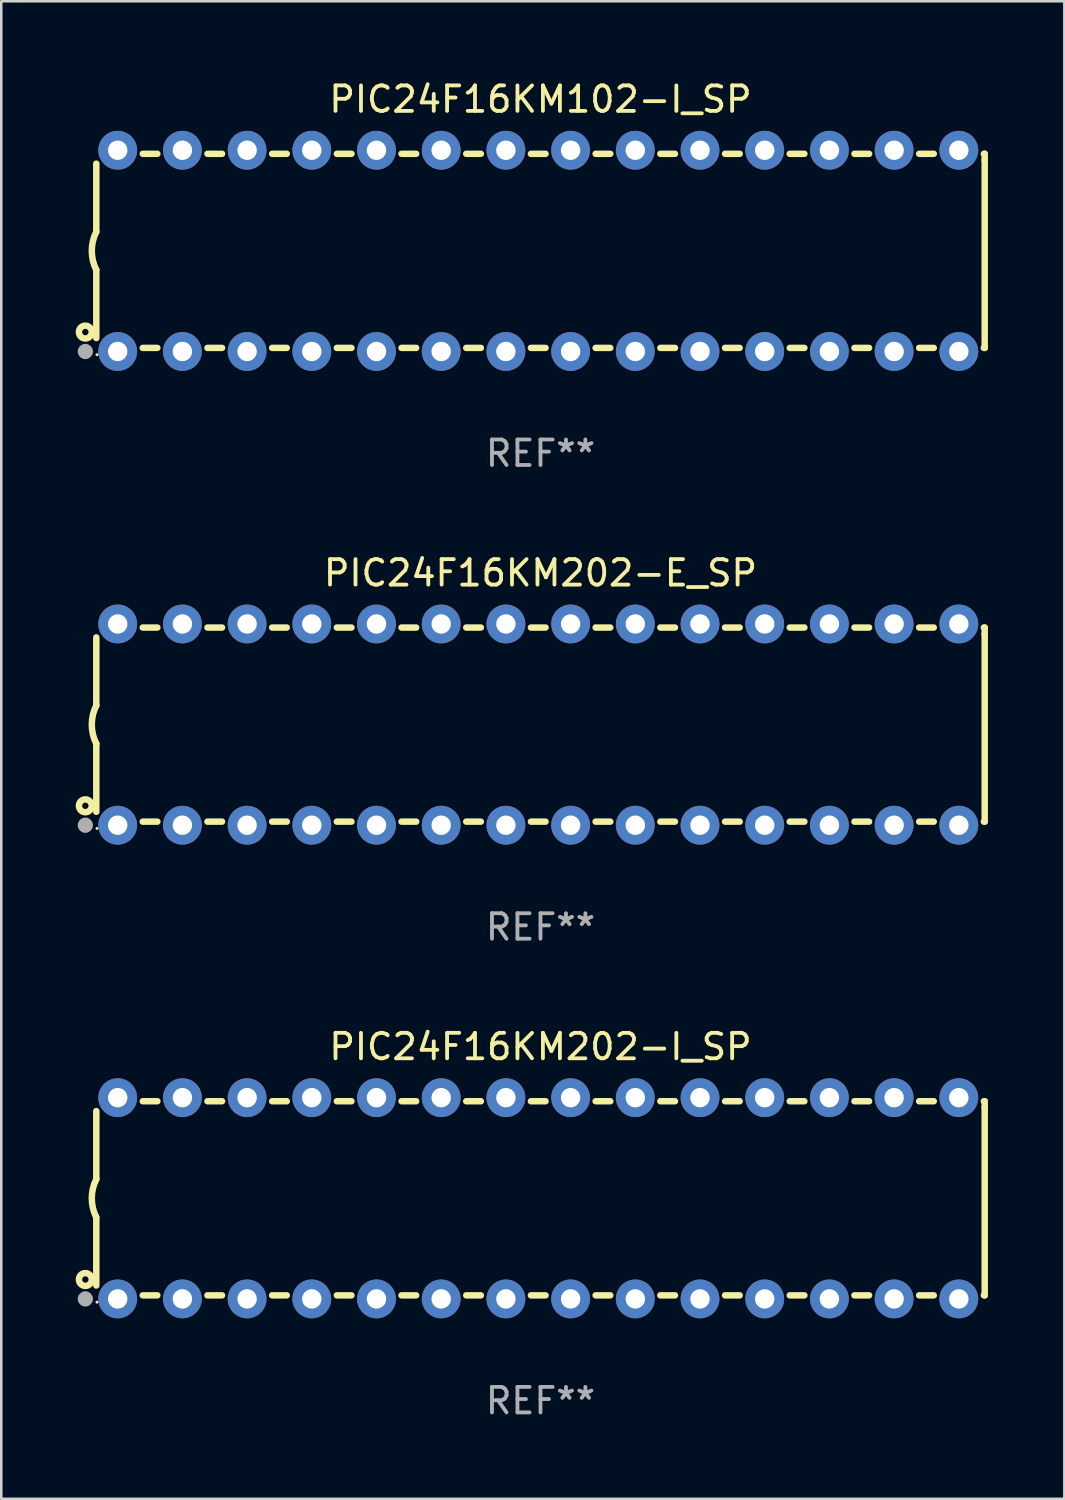
<source format=kicad_pcb>
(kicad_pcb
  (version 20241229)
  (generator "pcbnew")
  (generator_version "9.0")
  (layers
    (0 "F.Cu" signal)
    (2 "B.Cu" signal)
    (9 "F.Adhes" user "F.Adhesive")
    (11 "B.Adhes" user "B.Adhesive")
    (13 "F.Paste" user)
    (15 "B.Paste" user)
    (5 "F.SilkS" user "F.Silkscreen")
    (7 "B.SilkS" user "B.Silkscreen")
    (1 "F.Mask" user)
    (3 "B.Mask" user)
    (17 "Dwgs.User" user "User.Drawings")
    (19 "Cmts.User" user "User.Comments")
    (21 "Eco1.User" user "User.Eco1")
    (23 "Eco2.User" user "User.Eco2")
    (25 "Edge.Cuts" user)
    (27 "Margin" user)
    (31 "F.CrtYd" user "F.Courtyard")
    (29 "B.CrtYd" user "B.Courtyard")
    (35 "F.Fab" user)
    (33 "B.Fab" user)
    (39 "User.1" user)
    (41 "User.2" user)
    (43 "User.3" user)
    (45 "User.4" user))
  (footprint "PIC24F16KM102-I_SP"
    (layer "F.Cu")
    (at 18.168 6.798)
    (property "Reference" "PIC24F16KM102-I_SP" (at 0 -5.95 0) (layer "F.SilkS") (effects (font (size 1 1) (thickness 0.15))))
    (attr through_hole)
    (fp_line (start -17.438 0.75) (end -17.438 3.423) (stroke (width 0.254) (type solid)) (layer "F.SilkS"))
    (fp_line (start -17.438 -3.423) (end -17.438 -0.75) (stroke (width 0.254) (type solid)) (layer "F.SilkS"))
    (fp_line (start -15.615 3.81) (end -15.041 3.81) (stroke (width 0.254) (type solid)) (layer "F.SilkS"))
    (fp_line (start -15.041 -3.81) (end -15.614 -3.81) (stroke (width 0.254) (type solid)) (layer "F.SilkS"))
    (fp_line (start -13.075 3.81) (end -12.501 3.81) (stroke (width 0.254) (type solid)) (layer "F.SilkS"))
    (fp_line (start -12.501 -3.81) (end -13.074 -3.81) (stroke (width 0.254) (type solid)) (layer "F.SilkS"))
    (fp_line (start -10.535 3.81) (end -9.961 3.81) (stroke (width 0.254) (type solid)) (layer "F.SilkS"))
    (fp_line (start -9.961 -3.81) (end -10.534 -3.81) (stroke (width 0.254) (type solid)) (layer "F.SilkS"))
    (fp_line (start -7.995 3.81) (end -7.421 3.81) (stroke (width 0.254) (type solid)) (layer "F.SilkS"))
    (fp_line (start -7.421 -3.81) (end -7.995 -3.81) (stroke (width 0.254) (type solid)) (layer "F.SilkS"))
    (fp_line (start -5.455 3.81) (end -4.881 3.81) (stroke (width 0.254) (type solid)) (layer "F.SilkS"))
    (fp_line (start -4.881 -3.81) (end -5.455 -3.81) (stroke (width 0.254) (type solid)) (layer "F.SilkS"))
    (fp_line (start -2.915 3.81) (end -2.341 3.81) (stroke (width 0.254) (type solid)) (layer "F.SilkS"))
    (fp_line (start -2.341 -3.81) (end -2.915 -3.81) (stroke (width 0.254) (type solid)) (layer "F.SilkS"))
    (fp_line (start -0.375 3.81) (end 0.199 3.81) (stroke (width 0.254) (type solid)) (layer "F.SilkS"))
    (fp_line (start 0.199 -3.81) (end -0.375 -3.81) (stroke (width 0.254) (type solid)) (layer "F.SilkS"))
    (fp_line (start 2.165 3.81) (end 2.739 3.81) (stroke (width 0.254) (type solid)) (layer "F.SilkS"))
    (fp_line (start 2.739 -3.81) (end 2.165 -3.81) (stroke (width 0.254) (type solid)) (layer "F.SilkS"))
    (fp_line (start 4.705 3.81) (end 5.279 3.81) (stroke (width 0.254) (type solid)) (layer "F.SilkS"))
    (fp_line (start 5.279 -3.81) (end 4.705 -3.81) (stroke (width 0.254) (type solid)) (layer "F.SilkS"))
    (fp_line (start 7.245 3.81) (end 7.819 3.81) (stroke (width 0.254) (type solid)) (layer "F.SilkS"))
    (fp_line (start 7.819 -3.81) (end 7.245 -3.81) (stroke (width 0.254) (type solid)) (layer "F.SilkS"))
    (fp_line (start 9.785 3.81) (end 10.359 3.81) (stroke (width 0.254) (type solid)) (layer "F.SilkS"))
    (fp_line (start 10.359 -3.81) (end 9.785 -3.81) (stroke (width 0.254) (type solid)) (layer "F.SilkS"))
    (fp_line (start 12.325 3.81) (end 12.899 3.81) (stroke (width 0.254) (type solid)) (layer "F.SilkS"))
    (fp_line (start 12.899 -3.81) (end 12.325 -3.81) (stroke (width 0.254) (type solid)) (layer "F.SilkS"))
    (fp_line (start 14.865 3.81) (end 15.439 3.81) (stroke (width 0.254) (type solid)) (layer "F.SilkS"))
    (fp_line (start 15.439 -3.81) (end 14.865 -3.81) (stroke (width 0.254) (type solid)) (layer "F.SilkS"))
    (fp_line (start 17.405 3.81) (end 17.438 3.81) (stroke (width 0.254) (type solid)) (layer "F.SilkS"))
    (fp_line (start 17.438 -3.81) (end 17.405 -3.81) (stroke (width 0.254) (type solid)) (layer "F.SilkS"))
    (fp_line (start 17.438 -3.556) (end 17.438 -3.81) (stroke (width 0.254) (type solid)) (layer "F.SilkS"))
    (fp_line (start 17.438 3.81) (end 17.438 -3.556) (stroke (width 0.254) (type solid)) (layer "F.SilkS"))
    (fp_arc (start -17.437986 0.749657) (mid -17.614887 -0.000024) (end -17.437783 -0.749657) (stroke (width 0.254001) (type solid)) (layer "F.SilkS"))
    (fp_circle (center -17.868 3.188) (end -17.743 3.188) (stroke (width 0.254) (type solid)) (fill no) (layer "F.SilkS"))
    (fp_circle (center -17.411 4.077) (end -17.381 4.077) (stroke (width 0.06) (type solid)) (fill no) (layer "F.SilkS"))
    (fp_circle (center -17.868 3.95) (end -17.718 3.95) (stroke (width 0.3) (type solid)) (fill no) (layer "F.Fab"))
    (fp_text user "REF**" (at 0 7.95 0) (layer "F.Fab") (effects (font (size 1 1) (thickness 0.15))))
    (pad "1" thru_hole circle (at -16.598 3.95) (size 1.524 1.524) (drill 0.762) (layers "*.Cu" "*.Mask"))
    (pad "2" thru_hole circle (at -14.058 3.95) (size 1.524 1.524) (drill 0.762) (layers "*.Cu" "*.Mask"))
    (pad "3" thru_hole circle (at -11.518 3.95) (size 1.524 1.524) (drill 0.762) (layers "*.Cu" "*.Mask"))
    (pad "4" thru_hole circle (at -8.978 3.95) (size 1.524 1.524) (drill 0.762) (layers "*.Cu" "*.Mask"))
    (pad "5" thru_hole circle (at -6.438 3.95) (size 1.524 1.524) (drill 0.762) (layers "*.Cu" "*.Mask"))
    (pad "6" thru_hole circle (at -3.898 3.95) (size 1.524 1.524) (drill 0.762) (layers "*.Cu" "*.Mask"))
    (pad "7" thru_hole circle (at -1.358 3.95) (size 1.524 1.524) (drill 0.762) (layers "*.Cu" "*.Mask"))
    (pad "8" thru_hole circle (at 1.182 3.95) (size 1.524 1.524) (drill 0.762) (layers "*.Cu" "*.Mask"))
    (pad "9" thru_hole circle (at 3.722 3.95) (size 1.524 1.524) (drill 0.762) (layers "*.Cu" "*.Mask"))
    (pad "10" thru_hole circle (at 6.262 3.95) (size 1.524 1.524) (drill 0.762) (layers "*.Cu" "*.Mask"))
    (pad "11" thru_hole circle (at 8.802 3.95) (size 1.524 1.524) (drill 0.762) (layers "*.Cu" "*.Mask"))
    (pad "12" thru_hole circle (at 11.342 3.95) (size 1.524 1.524) (drill 0.762) (layers "*.Cu" "*.Mask"))
    (pad "13" thru_hole circle (at 13.882 3.95) (size 1.524 1.524) (drill 0.762) (layers "*.Cu" "*.Mask"))
    (pad "14" thru_hole circle (at 16.422 3.95) (size 1.524 1.524) (drill 0.762) (layers "*.Cu" "*.Mask"))
    (pad "15" thru_hole circle (at 16.422 -3.95) (size 1.524 1.524) (drill 0.762) (layers "*.Cu" "*.Mask"))
    (pad "16" thru_hole circle (at 13.882 -3.95) (size 1.524 1.524) (drill 0.762) (layers "*.Cu" "*.Mask"))
    (pad "17" thru_hole circle (at 11.342 -3.95) (size 1.524 1.524) (drill 0.762) (layers "*.Cu" "*.Mask"))
    (pad "18" thru_hole circle (at 8.802 -3.95) (size 1.524 1.524) (drill 0.762) (layers "*.Cu" "*.Mask"))
    (pad "19" thru_hole circle (at 6.262 -3.95) (size 1.524 1.524) (drill 0.762) (layers "*.Cu" "*.Mask"))
    (pad "20" thru_hole circle (at 3.722 -3.95) (size 1.524 1.524) (drill 0.762) (layers "*.Cu" "*.Mask"))
    (pad "21" thru_hole circle (at 1.182 -3.95) (size 1.524 1.524) (drill 0.762) (layers "*.Cu" "*.Mask"))
    (pad "22" thru_hole circle (at -1.358 -3.95) (size 1.524 1.524) (drill 0.762) (layers "*.Cu" "*.Mask"))
    (pad "23" thru_hole circle (at -3.898 -3.95) (size 1.524 1.524) (drill 0.762) (layers "*.Cu" "*.Mask"))
    (pad "24" thru_hole circle (at -6.438 -3.95) (size 1.524 1.524) (drill 0.762) (layers "*.Cu" "*.Mask"))
    (pad "25" thru_hole circle (at -8.978 -3.95) (size 1.524 1.524) (drill 0.762) (layers "*.Cu" "*.Mask"))
    (pad "26" thru_hole circle (at -11.517 -3.95) (size 1.524 1.524) (drill 0.762) (layers "*.Cu" "*.Mask"))
    (pad "27" thru_hole circle (at -14.057 -3.95) (size 1.524 1.524) (drill 0.762) (layers "*.Cu" "*.Mask"))
    (pad "28" thru_hole circle (at -16.597 -3.95) (size 1.524 1.524) (drill 0.762) (layers "*.Cu" "*.Mask")))
  (footprint "PIC24F16KM202-E_SP"
    (layer "F.Cu")
    (at 18.168 25.395)
    (property "Reference" "PIC24F16KM202-E_SP" (at 0 -5.95 0) (layer "F.SilkS") (effects (font (size 1 1) (thickness 0.15))))
    (attr through_hole)
    (fp_line (start -17.438 0.75) (end -17.438 3.423) (stroke (width 0.254) (type solid)) (layer "F.SilkS"))
    (fp_line (start -17.438 -3.423) (end -17.438 -0.75) (stroke (width 0.254) (type solid)) (layer "F.SilkS"))
    (fp_line (start -15.615 3.81) (end -15.041 3.81) (stroke (width 0.254) (type solid)) (layer "F.SilkS"))
    (fp_line (start -15.041 -3.81) (end -15.614 -3.81) (stroke (width 0.254) (type solid)) (layer "F.SilkS"))
    (fp_line (start -13.075 3.81) (end -12.501 3.81) (stroke (width 0.254) (type solid)) (layer "F.SilkS"))
    (fp_line (start -12.501 -3.81) (end -13.074 -3.81) (stroke (width 0.254) (type solid)) (layer "F.SilkS"))
    (fp_line (start -10.535 3.81) (end -9.961 3.81) (stroke (width 0.254) (type solid)) (layer "F.SilkS"))
    (fp_line (start -9.961 -3.81) (end -10.534 -3.81) (stroke (width 0.254) (type solid)) (layer "F.SilkS"))
    (fp_line (start -7.995 3.81) (end -7.421 3.81) (stroke (width 0.254) (type solid)) (layer "F.SilkS"))
    (fp_line (start -7.421 -3.81) (end -7.995 -3.81) (stroke (width 0.254) (type solid)) (layer "F.SilkS"))
    (fp_line (start -5.455 3.81) (end -4.881 3.81) (stroke (width 0.254) (type solid)) (layer "F.SilkS"))
    (fp_line (start -4.881 -3.81) (end -5.455 -3.81) (stroke (width 0.254) (type solid)) (layer "F.SilkS"))
    (fp_line (start -2.915 3.81) (end -2.341 3.81) (stroke (width 0.254) (type solid)) (layer "F.SilkS"))
    (fp_line (start -2.341 -3.81) (end -2.915 -3.81) (stroke (width 0.254) (type solid)) (layer "F.SilkS"))
    (fp_line (start -0.375 3.81) (end 0.199 3.81) (stroke (width 0.254) (type solid)) (layer "F.SilkS"))
    (fp_line (start 0.199 -3.81) (end -0.375 -3.81) (stroke (width 0.254) (type solid)) (layer "F.SilkS"))
    (fp_line (start 2.165 3.81) (end 2.739 3.81) (stroke (width 0.254) (type solid)) (layer "F.SilkS"))
    (fp_line (start 2.739 -3.81) (end 2.165 -3.81) (stroke (width 0.254) (type solid)) (layer "F.SilkS"))
    (fp_line (start 4.705 3.81) (end 5.279 3.81) (stroke (width 0.254) (type solid)) (layer "F.SilkS"))
    (fp_line (start 5.279 -3.81) (end 4.705 -3.81) (stroke (width 0.254) (type solid)) (layer "F.SilkS"))
    (fp_line (start 7.245 3.81) (end 7.819 3.81) (stroke (width 0.254) (type solid)) (layer "F.SilkS"))
    (fp_line (start 7.819 -3.81) (end 7.245 -3.81) (stroke (width 0.254) (type solid)) (layer "F.SilkS"))
    (fp_line (start 9.785 3.81) (end 10.359 3.81) (stroke (width 0.254) (type solid)) (layer "F.SilkS"))
    (fp_line (start 10.359 -3.81) (end 9.785 -3.81) (stroke (width 0.254) (type solid)) (layer "F.SilkS"))
    (fp_line (start 12.325 3.81) (end 12.899 3.81) (stroke (width 0.254) (type solid)) (layer "F.SilkS"))
    (fp_line (start 12.899 -3.81) (end 12.325 -3.81) (stroke (width 0.254) (type solid)) (layer "F.SilkS"))
    (fp_line (start 14.865 3.81) (end 15.439 3.81) (stroke (width 0.254) (type solid)) (layer "F.SilkS"))
    (fp_line (start 15.439 -3.81) (end 14.865 -3.81) (stroke (width 0.254) (type solid)) (layer "F.SilkS"))
    (fp_line (start 17.405 3.81) (end 17.438 3.81) (stroke (width 0.254) (type solid)) (layer "F.SilkS"))
    (fp_line (start 17.438 -3.81) (end 17.405 -3.81) (stroke (width 0.254) (type solid)) (layer "F.SilkS"))
    (fp_line (start 17.438 -3.556) (end 17.438 -3.81) (stroke (width 0.254) (type solid)) (layer "F.SilkS"))
    (fp_line (start 17.438 3.81) (end 17.438 -3.556) (stroke (width 0.254) (type solid)) (layer "F.SilkS"))
    (fp_arc (start -17.437986 0.749657) (mid -17.614887 -0.000024) (end -17.437783 -0.749657) (stroke (width 0.254001) (type solid)) (layer "F.SilkS"))
    (fp_circle (center -17.868 3.188) (end -17.743 3.188) (stroke (width 0.254) (type solid)) (fill no) (layer "F.SilkS"))
    (fp_circle (center -17.411 4.077) (end -17.381 4.077) (stroke (width 0.06) (type solid)) (fill no) (layer "F.SilkS"))
    (fp_circle (center -17.868 3.95) (end -17.718 3.95) (stroke (width 0.3) (type solid)) (fill no) (layer "F.Fab"))
    (fp_text user "REF**" (at 0 7.95 0) (layer "F.Fab") (effects (font (size 1 1) (thickness 0.15))))
    (pad "1" thru_hole circle (at -16.598 3.95) (size 1.524 1.524) (drill 0.762) (layers "*.Cu" "*.Mask"))
    (pad "2" thru_hole circle (at -14.058 3.95) (size 1.524 1.524) (drill 0.762) (layers "*.Cu" "*.Mask"))
    (pad "3" thru_hole circle (at -11.518 3.95) (size 1.524 1.524) (drill 0.762) (layers "*.Cu" "*.Mask"))
    (pad "4" thru_hole circle (at -8.978 3.95) (size 1.524 1.524) (drill 0.762) (layers "*.Cu" "*.Mask"))
    (pad "5" thru_hole circle (at -6.438 3.95) (size 1.524 1.524) (drill 0.762) (layers "*.Cu" "*.Mask"))
    (pad "6" thru_hole circle (at -3.898 3.95) (size 1.524 1.524) (drill 0.762) (layers "*.Cu" "*.Mask"))
    (pad "7" thru_hole circle (at -1.358 3.95) (size 1.524 1.524) (drill 0.762) (layers "*.Cu" "*.Mask"))
    (pad "8" thru_hole circle (at 1.182 3.95) (size 1.524 1.524) (drill 0.762) (layers "*.Cu" "*.Mask"))
    (pad "9" thru_hole circle (at 3.722 3.95) (size 1.524 1.524) (drill 0.762) (layers "*.Cu" "*.Mask"))
    (pad "10" thru_hole circle (at 6.262 3.95) (size 1.524 1.524) (drill 0.762) (layers "*.Cu" "*.Mask"))
    (pad "11" thru_hole circle (at 8.802 3.95) (size 1.524 1.524) (drill 0.762) (layers "*.Cu" "*.Mask"))
    (pad "12" thru_hole circle (at 11.342 3.95) (size 1.524 1.524) (drill 0.762) (layers "*.Cu" "*.Mask"))
    (pad "13" thru_hole circle (at 13.882 3.95) (size 1.524 1.524) (drill 0.762) (layers "*.Cu" "*.Mask"))
    (pad "14" thru_hole circle (at 16.422 3.95) (size 1.524 1.524) (drill 0.762) (layers "*.Cu" "*.Mask"))
    (pad "15" thru_hole circle (at 16.422 -3.95) (size 1.524 1.524) (drill 0.762) (layers "*.Cu" "*.Mask"))
    (pad "16" thru_hole circle (at 13.882 -3.95) (size 1.524 1.524) (drill 0.762) (layers "*.Cu" "*.Mask"))
    (pad "17" thru_hole circle (at 11.342 -3.95) (size 1.524 1.524) (drill 0.762) (layers "*.Cu" "*.Mask"))
    (pad "18" thru_hole circle (at 8.802 -3.95) (size 1.524 1.524) (drill 0.762) (layers "*.Cu" "*.Mask"))
    (pad "19" thru_hole circle (at 6.262 -3.95) (size 1.524 1.524) (drill 0.762) (layers "*.Cu" "*.Mask"))
    (pad "20" thru_hole circle (at 3.722 -3.95) (size 1.524 1.524) (drill 0.762) (layers "*.Cu" "*.Mask"))
    (pad "21" thru_hole circle (at 1.182 -3.95) (size 1.524 1.524) (drill 0.762) (layers "*.Cu" "*.Mask"))
    (pad "22" thru_hole circle (at -1.358 -3.95) (size 1.524 1.524) (drill 0.762) (layers "*.Cu" "*.Mask"))
    (pad "23" thru_hole circle (at -3.898 -3.95) (size 1.524 1.524) (drill 0.762) (layers "*.Cu" "*.Mask"))
    (pad "24" thru_hole circle (at -6.438 -3.95) (size 1.524 1.524) (drill 0.762) (layers "*.Cu" "*.Mask"))
    (pad "25" thru_hole circle (at -8.978 -3.95) (size 1.524 1.524) (drill 0.762) (layers "*.Cu" "*.Mask"))
    (pad "26" thru_hole circle (at -11.517 -3.95) (size 1.524 1.524) (drill 0.762) (layers "*.Cu" "*.Mask"))
    (pad "27" thru_hole circle (at -14.057 -3.95) (size 1.524 1.524) (drill 0.762) (layers "*.Cu" "*.Mask"))
    (pad "28" thru_hole circle (at -16.597 -3.95) (size 1.524 1.524) (drill 0.762) (layers "*.Cu" "*.Mask")))
  (footprint "PIC24F16KM202-I_SP"
    (layer "F.Cu")
    (at 18.168 43.991)
    (property "Reference" "PIC24F16KM202-I_SP" (at 0 -5.95 0) (layer "F.SilkS") (effects (font (size 1 1) (thickness 0.15))))
    (attr through_hole)
    (fp_line (start -17.438 0.75) (end -17.438 3.423) (stroke (width 0.254) (type solid)) (layer "F.SilkS"))
    (fp_line (start -17.438 -3.423) (end -17.438 -0.75) (stroke (width 0.254) (type solid)) (layer "F.SilkS"))
    (fp_line (start -15.615 3.81) (end -15.041 3.81) (stroke (width 0.254) (type solid)) (layer "F.SilkS"))
    (fp_line (start -15.041 -3.81) (end -15.614 -3.81) (stroke (width 0.254) (type solid)) (layer "F.SilkS"))
    (fp_line (start -13.075 3.81) (end -12.501 3.81) (stroke (width 0.254) (type solid)) (layer "F.SilkS"))
    (fp_line (start -12.501 -3.81) (end -13.074 -3.81) (stroke (width 0.254) (type solid)) (layer "F.SilkS"))
    (fp_line (start -10.535 3.81) (end -9.961 3.81) (stroke (width 0.254) (type solid)) (layer "F.SilkS"))
    (fp_line (start -9.961 -3.81) (end -10.534 -3.81) (stroke (width 0.254) (type solid)) (layer "F.SilkS"))
    (fp_line (start -7.995 3.81) (end -7.421 3.81) (stroke (width 0.254) (type solid)) (layer "F.SilkS"))
    (fp_line (start -7.421 -3.81) (end -7.995 -3.81) (stroke (width 0.254) (type solid)) (layer "F.SilkS"))
    (fp_line (start -5.455 3.81) (end -4.881 3.81) (stroke (width 0.254) (type solid)) (layer "F.SilkS"))
    (fp_line (start -4.881 -3.81) (end -5.455 -3.81) (stroke (width 0.254) (type solid)) (layer "F.SilkS"))
    (fp_line (start -2.915 3.81) (end -2.341 3.81) (stroke (width 0.254) (type solid)) (layer "F.SilkS"))
    (fp_line (start -2.341 -3.81) (end -2.915 -3.81) (stroke (width 0.254) (type solid)) (layer "F.SilkS"))
    (fp_line (start -0.375 3.81) (end 0.199 3.81) (stroke (width 0.254) (type solid)) (layer "F.SilkS"))
    (fp_line (start 0.199 -3.81) (end -0.375 -3.81) (stroke (width 0.254) (type solid)) (layer "F.SilkS"))
    (fp_line (start 2.165 3.81) (end 2.739 3.81) (stroke (width 0.254) (type solid)) (layer "F.SilkS"))
    (fp_line (start 2.739 -3.81) (end 2.165 -3.81) (stroke (width 0.254) (type solid)) (layer "F.SilkS"))
    (fp_line (start 4.705 3.81) (end 5.279 3.81) (stroke (width 0.254) (type solid)) (layer "F.SilkS"))
    (fp_line (start 5.279 -3.81) (end 4.705 -3.81) (stroke (width 0.254) (type solid)) (layer "F.SilkS"))
    (fp_line (start 7.245 3.81) (end 7.819 3.81) (stroke (width 0.254) (type solid)) (layer "F.SilkS"))
    (fp_line (start 7.819 -3.81) (end 7.245 -3.81) (stroke (width 0.254) (type solid)) (layer "F.SilkS"))
    (fp_line (start 9.785 3.81) (end 10.359 3.81) (stroke (width 0.254) (type solid)) (layer "F.SilkS"))
    (fp_line (start 10.359 -3.81) (end 9.785 -3.81) (stroke (width 0.254) (type solid)) (layer "F.SilkS"))
    (fp_line (start 12.325 3.81) (end 12.899 3.81) (stroke (width 0.254) (type solid)) (layer "F.SilkS"))
    (fp_line (start 12.899 -3.81) (end 12.325 -3.81) (stroke (width 0.254) (type solid)) (layer "F.SilkS"))
    (fp_line (start 14.865 3.81) (end 15.439 3.81) (stroke (width 0.254) (type solid)) (layer "F.SilkS"))
    (fp_line (start 15.439 -3.81) (end 14.865 -3.81) (stroke (width 0.254) (type solid)) (layer "F.SilkS"))
    (fp_line (start 17.405 3.81) (end 17.438 3.81) (stroke (width 0.254) (type solid)) (layer "F.SilkS"))
    (fp_line (start 17.438 -3.81) (end 17.405 -3.81) (stroke (width 0.254) (type solid)) (layer "F.SilkS"))
    (fp_line (start 17.438 -3.556) (end 17.438 -3.81) (stroke (width 0.254) (type solid)) (layer "F.SilkS"))
    (fp_line (start 17.438 3.81) (end 17.438 -3.556) (stroke (width 0.254) (type solid)) (layer "F.SilkS"))
    (fp_arc (start -17.437986 0.749657) (mid -17.614887 -0.000024) (end -17.437783 -0.749657) (stroke (width 0.254001) (type solid)) (layer "F.SilkS"))
    (fp_circle (center -17.868 3.188) (end -17.743 3.188) (stroke (width 0.254) (type solid)) (fill no) (layer "F.SilkS"))
    (fp_circle (center -17.411 4.077) (end -17.381 4.077) (stroke (width 0.06) (type solid)) (fill no) (layer "F.SilkS"))
    (fp_circle (center -17.868 3.95) (end -17.718 3.95) (stroke (width 0.3) (type solid)) (fill no) (layer "F.Fab"))
    (fp_text user "REF**" (at 0 7.95 0) (layer "F.Fab") (effects (font (size 1 1) (thickness 0.15))))
    (pad "1" thru_hole circle (at -16.598 3.95) (size 1.524 1.524) (drill 0.762) (layers "*.Cu" "*.Mask"))
    (pad "2" thru_hole circle (at -14.058 3.95) (size 1.524 1.524) (drill 0.762) (layers "*.Cu" "*.Mask"))
    (pad "3" thru_hole circle (at -11.518 3.95) (size 1.524 1.524) (drill 0.762) (layers "*.Cu" "*.Mask"))
    (pad "4" thru_hole circle (at -8.978 3.95) (size 1.524 1.524) (drill 0.762) (layers "*.Cu" "*.Mask"))
    (pad "5" thru_hole circle (at -6.438 3.95) (size 1.524 1.524) (drill 0.762) (layers "*.Cu" "*.Mask"))
    (pad "6" thru_hole circle (at -3.898 3.95) (size 1.524 1.524) (drill 0.762) (layers "*.Cu" "*.Mask"))
    (pad "7" thru_hole circle (at -1.358 3.95) (size 1.524 1.524) (drill 0.762) (layers "*.Cu" "*.Mask"))
    (pad "8" thru_hole circle (at 1.182 3.95) (size 1.524 1.524) (drill 0.762) (layers "*.Cu" "*.Mask"))
    (pad "9" thru_hole circle (at 3.722 3.95) (size 1.524 1.524) (drill 0.762) (layers "*.Cu" "*.Mask"))
    (pad "10" thru_hole circle (at 6.262 3.95) (size 1.524 1.524) (drill 0.762) (layers "*.Cu" "*.Mask"))
    (pad "11" thru_hole circle (at 8.802 3.95) (size 1.524 1.524) (drill 0.762) (layers "*.Cu" "*.Mask"))
    (pad "12" thru_hole circle (at 11.342 3.95) (size 1.524 1.524) (drill 0.762) (layers "*.Cu" "*.Mask"))
    (pad "13" thru_hole circle (at 13.882 3.95) (size 1.524 1.524) (drill 0.762) (layers "*.Cu" "*.Mask"))
    (pad "14" thru_hole circle (at 16.422 3.95) (size 1.524 1.524) (drill 0.762) (layers "*.Cu" "*.Mask"))
    (pad "15" thru_hole circle (at 16.422 -3.95) (size 1.524 1.524) (drill 0.762) (layers "*.Cu" "*.Mask"))
    (pad "16" thru_hole circle (at 13.882 -3.95) (size 1.524 1.524) (drill 0.762) (layers "*.Cu" "*.Mask"))
    (pad "17" thru_hole circle (at 11.342 -3.95) (size 1.524 1.524) (drill 0.762) (layers "*.Cu" "*.Mask"))
    (pad "18" thru_hole circle (at 8.802 -3.95) (size 1.524 1.524) (drill 0.762) (layers "*.Cu" "*.Mask"))
    (pad "19" thru_hole circle (at 6.262 -3.95) (size 1.524 1.524) (drill 0.762) (layers "*.Cu" "*.Mask"))
    (pad "20" thru_hole circle (at 3.722 -3.95) (size 1.524 1.524) (drill 0.762) (layers "*.Cu" "*.Mask"))
    (pad "21" thru_hole circle (at 1.182 -3.95) (size 1.524 1.524) (drill 0.762) (layers "*.Cu" "*.Mask"))
    (pad "22" thru_hole circle (at -1.358 -3.95) (size 1.524 1.524) (drill 0.762) (layers "*.Cu" "*.Mask"))
    (pad "23" thru_hole circle (at -3.898 -3.95) (size 1.524 1.524) (drill 0.762) (layers "*.Cu" "*.Mask"))
    (pad "24" thru_hole circle (at -6.438 -3.95) (size 1.524 1.524) (drill 0.762) (layers "*.Cu" "*.Mask"))
    (pad "25" thru_hole circle (at -8.978 -3.95) (size 1.524 1.524) (drill 0.762) (layers "*.Cu" "*.Mask"))
    (pad "26" thru_hole circle (at -11.517 -3.95) (size 1.524 1.524) (drill 0.762) (layers "*.Cu" "*.Mask"))
    (pad "27" thru_hole circle (at -14.057 -3.95) (size 1.524 1.524) (drill 0.762) (layers "*.Cu" "*.Mask"))
    (pad "28" thru_hole circle (at -16.597 -3.95) (size 1.524 1.524) (drill 0.762) (layers "*.Cu" "*.Mask")))
  (gr_rect
    (start -3 -3)
    (end 38.733 55.789)
    (stroke (width 0.1) (type default))
    (fill no)
    (layer "Edge.Cuts")))
</source>
